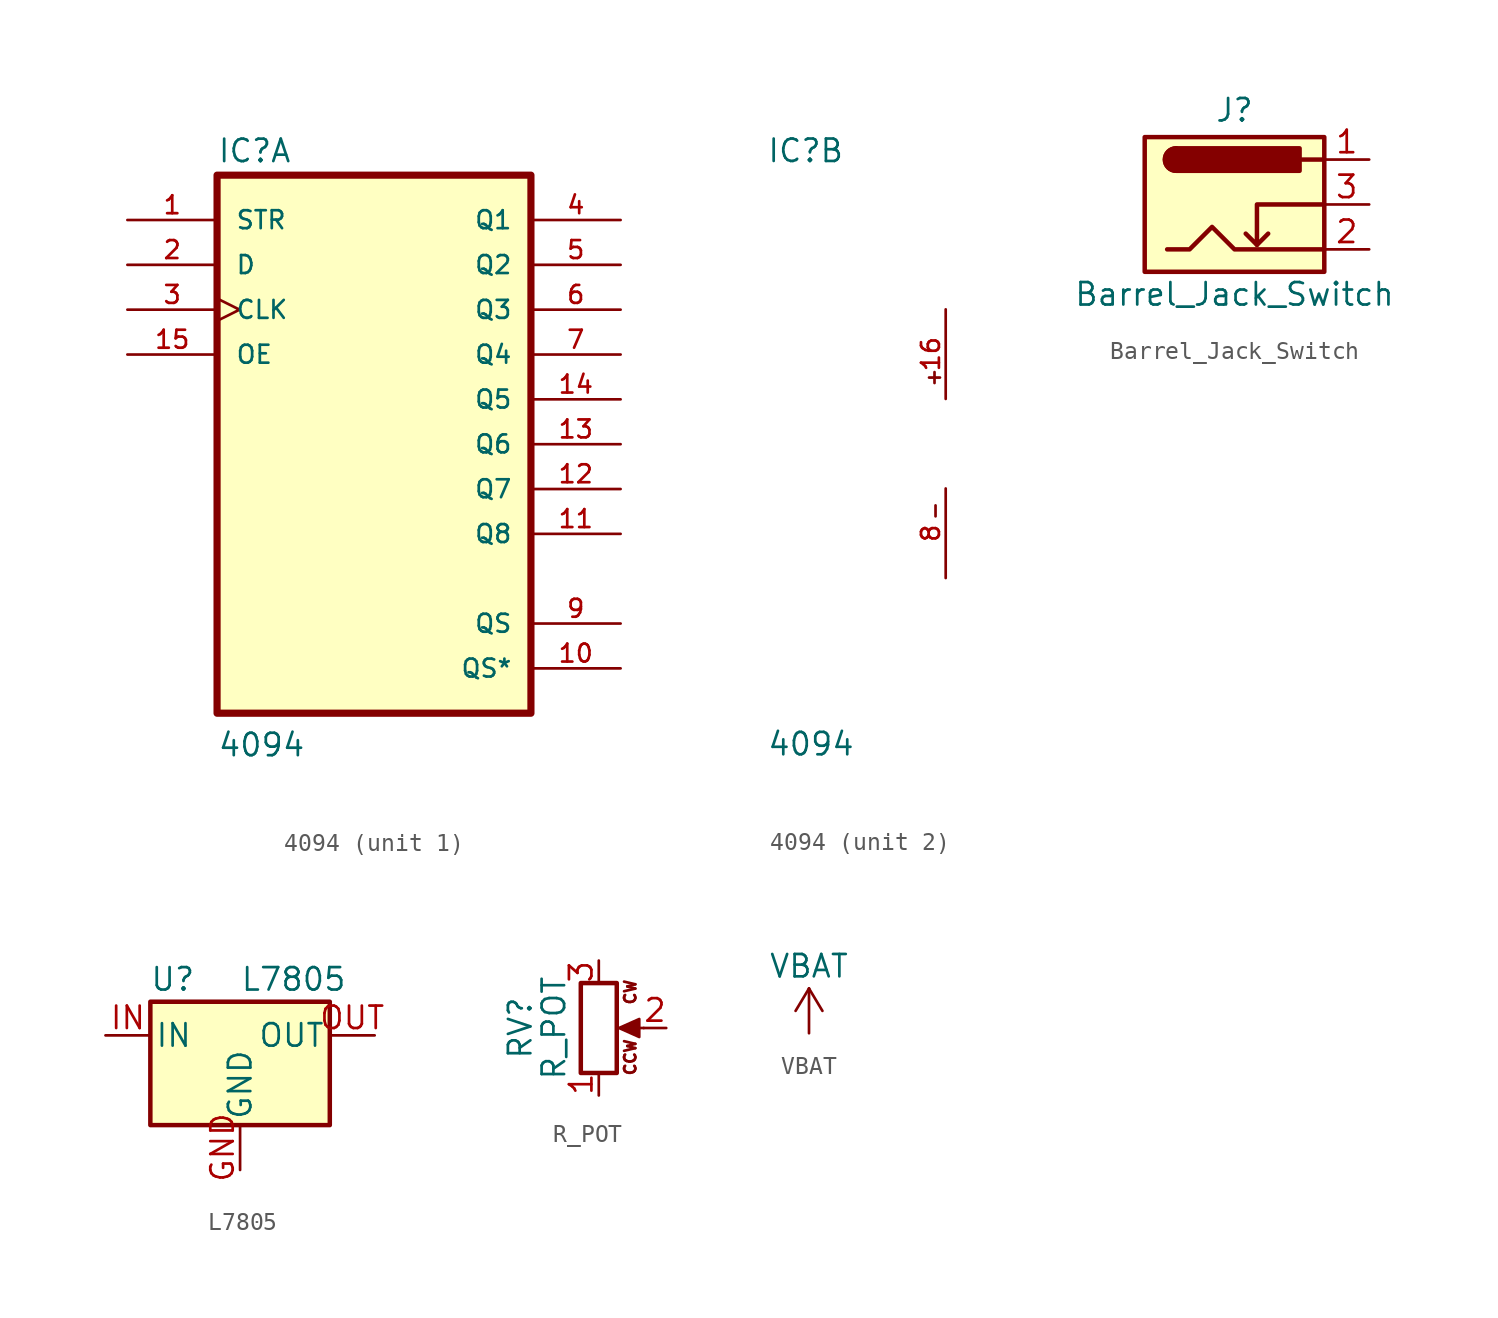
<source format=kicad_sym>
(kicad_symbol_lib
  (version 20231120)
  (generator "kicad_symbol_editor")
  (generator_version "8.0")
  (symbol "4094"
    (pin_names
      (offset 1.016))
    (property "Reference" "IC"
      (at -10.16 15.875 0)
      (effects (font (size 1.27 1.27)) (justify left bottom)))
    (property "Value" "4094"
      (at -10.16 -17.78 0)
      (effects (font (size 1.27 1.27)) (justify left bottom)))
    (property "ki_locked" ""
      (at 0 0 0)
      (effects (font (size 1.27 1.27))))
    (symbol "4094_1_0"
      (rectangle (start -10.16 -15.24) (end 7.62 15.24) (stroke (width 0.406) (type default)) (fill (type background)))
      (pin input line (at -15.24 12.7 0) (length 5.08) (name "STR" (effects (font (size 1.016 1.016)))) (number "1" (effects (font (size 1.016 1.016)))))
      (pin output line (at 12.7 -12.7 180) (length 5.08) (name "QS*" (effects (font (size 1.016 1.016)))) (number "10" (effects (font (size 1.016 1.016)))))
      (pin output line (at 12.7 -5.08 180) (length 5.08) (name "Q8" (effects (font (size 1.016 1.016)))) (number "11" (effects (font (size 1.016 1.016)))))
      (pin output line (at 12.7 -2.54 180) (length 5.08) (name "Q7" (effects (font (size 1.016 1.016)))) (number "12" (effects (font (size 1.016 1.016)))))
      (pin output line (at 12.7 0 180) (length 5.08) (name "Q6" (effects (font (size 1.016 1.016)))) (number "13" (effects (font (size 1.016 1.016)))))
      (pin output line (at 12.7 2.54 180) (length 5.08) (name "Q5" (effects (font (size 1.016 1.016)))) (number "14" (effects (font (size 1.016 1.016)))))
      (pin input line (at -15.24 5.08 0) (length 5.08) (name "OE" (effects (font (size 1.016 1.016)))) (number "15" (effects (font (size 1.016 1.016)))))
      (pin input line (at -15.24 10.16 0) (length 5.08) (name "D" (effects (font (size 1.016 1.016)))) (number "2" (effects (font (size 1.016 1.016)))))
      (pin input clock (at -15.24 7.62 0) (length 5.08) (name "CLK" (effects (font (size 1.016 1.016)))) (number "3" (effects (font (size 1.016 1.016)))))
      (pin output line (at 12.7 12.7 180) (length 5.08) (name "Q1" (effects (font (size 1.016 1.016)))) (number "4" (effects (font (size 1.016 1.016)))))
      (pin output line (at 12.7 10.16 180) (length 5.08) (name "Q2" (effects (font (size 1.016 1.016)))) (number "5" (effects (font (size 1.016 1.016)))))
      (pin output line (at 12.7 7.62 180) (length 5.08) (name "Q3" (effects (font (size 1.016 1.016)))) (number "6" (effects (font (size 1.016 1.016)))))
      (pin output line (at 12.7 5.08 180) (length 5.08) (name "Q4" (effects (font (size 1.016 1.016)))) (number "7" (effects (font (size 1.016 1.016)))))
      (pin output line (at 12.7 -10.16 180) (length 5.08) (name "QS" (effects (font (size 1.016 1.016)))) (number "9" (effects (font (size 1.016 1.016))))))
    (symbol "4094_2_0"
      (text "+" (at -0.635 3.81 0) (effects (font (size 0.813 0.813))))
      (text "-" (at -0.635 -3.81 900) (effects (font (size 0.813 0.813))))
      (pin power_in line (at 0 7.62 270) (length 5.08) (name "~" (effects (font (size 1.016 1.016)))) (number "16" (effects (font (size 1.016 1.016)))))
      (pin power_in line (at 0 -7.62 90) (length 5.08) (name "~" (effects (font (size 1.016 1.016)))) (number "8" (effects (font (size 1.016 1.016)))))))
  (symbol "Barrel_Jack_Switch"
    (pin_names hide)
    (property "Reference" "J"
      (at 0 5.334 0)
      (effects (font (size 1.27 1.27))))
    (property "Value" "Barrel_Jack_Switch"
      (at 0 -5.08 0)
      (effects (font (size 1.27 1.27))))
    (symbol "Barrel_Jack_Switch_0_1"
      (rectangle (start -5.08 3.81) (end 5.08 -3.81) (stroke (width 0.254) (type default)) (fill (type background)))
      (arc (start -3.302 3.175) (mid -3.9342 2.54) (end -3.302 1.905) (stroke (width 0.254) (type default)) (fill (type none)))
      (arc (start -3.302 3.175) (mid -3.9342 2.54) (end -3.302 1.905) (stroke (width 0.254) (type default)) (fill (type outline)))
      (polyline (pts (xy 1.27 -2.286) (xy 1.905 -1.651)) (stroke (width 0.254) (type default)) (fill (type none)))
      (polyline (pts (xy 5.08 2.54) (xy 3.81 2.54)) (stroke (width 0.254) (type default)) (fill (type none)))
      (polyline (pts (xy 5.08 0) (xy 1.27 0) (xy 1.27 -2.286) (xy 0.635 -1.651)) (stroke (width 0.254) (type default)) (fill (type none)))
      (polyline (pts (xy -3.81 -2.54) (xy -2.54 -2.54) (xy -1.27 -1.27) (xy 0 -2.54) (xy 2.54 -2.54) (xy 5.08 -2.54)) (stroke (width 0.254) (type default)) (fill (type none)))
      (rectangle (start 3.683 3.175) (end -3.302 1.905) (stroke (width 0.254) (type default)) (fill (type outline))))
    (symbol "Barrel_Jack_Switch_1_1"
      (pin passive line (at 7.62 2.54 180) (length 2.54) (name "~" (effects (font (size 1.27 1.27)))) (number "1" (effects (font (size 1.27 1.27)))))
      (pin passive line (at 7.62 -2.54 180) (length 2.54) (name "~" (effects (font (size 1.27 1.27)))) (number "2" (effects (font (size 1.27 1.27)))))
      (pin passive line (at 7.62 0 180) (length 2.54) (name "~" (effects (font (size 1.27 1.27)))) (number "3" (effects (font (size 1.27 1.27)))))))
  (symbol "L7805"
    (pin_names
      (offset 0.254))
    (property "Reference" "U"
      (at -3.81 3.175 0)
      (effects (font (size 1.27 1.27))))
    (property "Value" "L7805"
      (at 0 3.175 0)
      (effects (font (size 1.27 1.27)) (justify left)))
    (symbol "L7805_0_1"
      (rectangle (start -5.08 1.905) (end 5.08 -5.08) (stroke (width 0.254) (type default)) (fill (type background))))
    (symbol "L7805_1_1"
      (pin power_in line (at 0 -7.62 90) (length 2.54) (name "GND" (effects (font (size 1.27 1.27)))) (number "GND" (effects (font (size 1.27 1.27)))))
      (pin power_in line (at -7.62 0 0) (length 2.54) (name "IN" (effects (font (size 1.27 1.27)))) (number "IN" (effects (font (size 1.27 1.27)))))
      (pin power_out line (at 7.62 0 180) (length 2.54) (name "OUT" (effects (font (size 1.27 1.27)))) (number "OUT" (effects (font (size 1.27 1.27)))))))
  (symbol "R_POT"
    (pin_names
      (offset 1.016) hide)
    (property "Reference" "RV"
      (at -4.445 0 90)
      (effects (font (size 1.27 1.27))))
    (property "Value" "R_POT"
      (at -2.54 0 90)
      (effects (font (size 1.27 1.27))))
    (symbol "R_POT_0_1"
      (rectangle (start -1.016 2.54) (end 1.016 -2.54) (stroke (width 0.254) (type default)) (fill (type none)))
      (polyline (pts (xy 2.54 0) (xy 1.524 0)) (stroke (width 0) (type default)) (fill (type none)))
      (polyline (pts (xy 1.143 0) (xy 2.286 -0.508) (xy 2.286 0.508) (xy 1.143 0)) (stroke (width 0) (type default)) (fill (type outline))))
    (symbol "R_POT_1_1"
      (text "CCW" (at 1.778 -1.651 900) (effects (font (size 0.635 0.635))))
      (text "CW" (at 1.778 2.032 900) (effects (font (size 0.635 0.635))))
      (pin passive line (at 0 -3.81 90) (length 1.27) (name "1" (effects (font (size 1.27 1.27)))) (number "1" (effects (font (size 1.27 1.27)))))
      (pin passive line (at 3.81 0 180) (length 1.27) (name "2" (effects (font (size 1.27 1.27)))) (number "2" (effects (font (size 1.27 1.27)))))
      (pin passive line (at 0 3.81 270) (length 1.27) (name "3" (effects (font (size 1.27 1.27)))) (number "3" (effects (font (size 1.27 1.27)))))))
  (symbol "VBAT"
    (power)
    (pin_names
      (offset 0))
    (property "Reference" "#PWR"
      (at 0 -3.81 0)
      (effects (font (size 1.27 1.27)) (hide yes)))
    (property "Value" "VBAT"
      (at 0 3.81 0)
      (effects (font (size 1.27 1.27))))
    (symbol "VBAT_0_1"
      (polyline (pts (xy -0.762 1.27) (xy 0 2.54)) (stroke (width 0) (type default)) (fill (type none)))
      (polyline (pts (xy 0 0) (xy 0 2.54)) (stroke (width 0) (type default)) (fill (type none)))
      (polyline (pts (xy 0 2.54) (xy 0.762 1.27)) (stroke (width 0) (type default)) (fill (type none))))
    (symbol "VBAT_1_1"
      (pin power_in line (at 0 0 90) (length 0) hide (name "VBUS" (effects (font (size 1.27 1.27)))) (number "1" (effects (font (size 1.27 1.27))))))))
</source>
